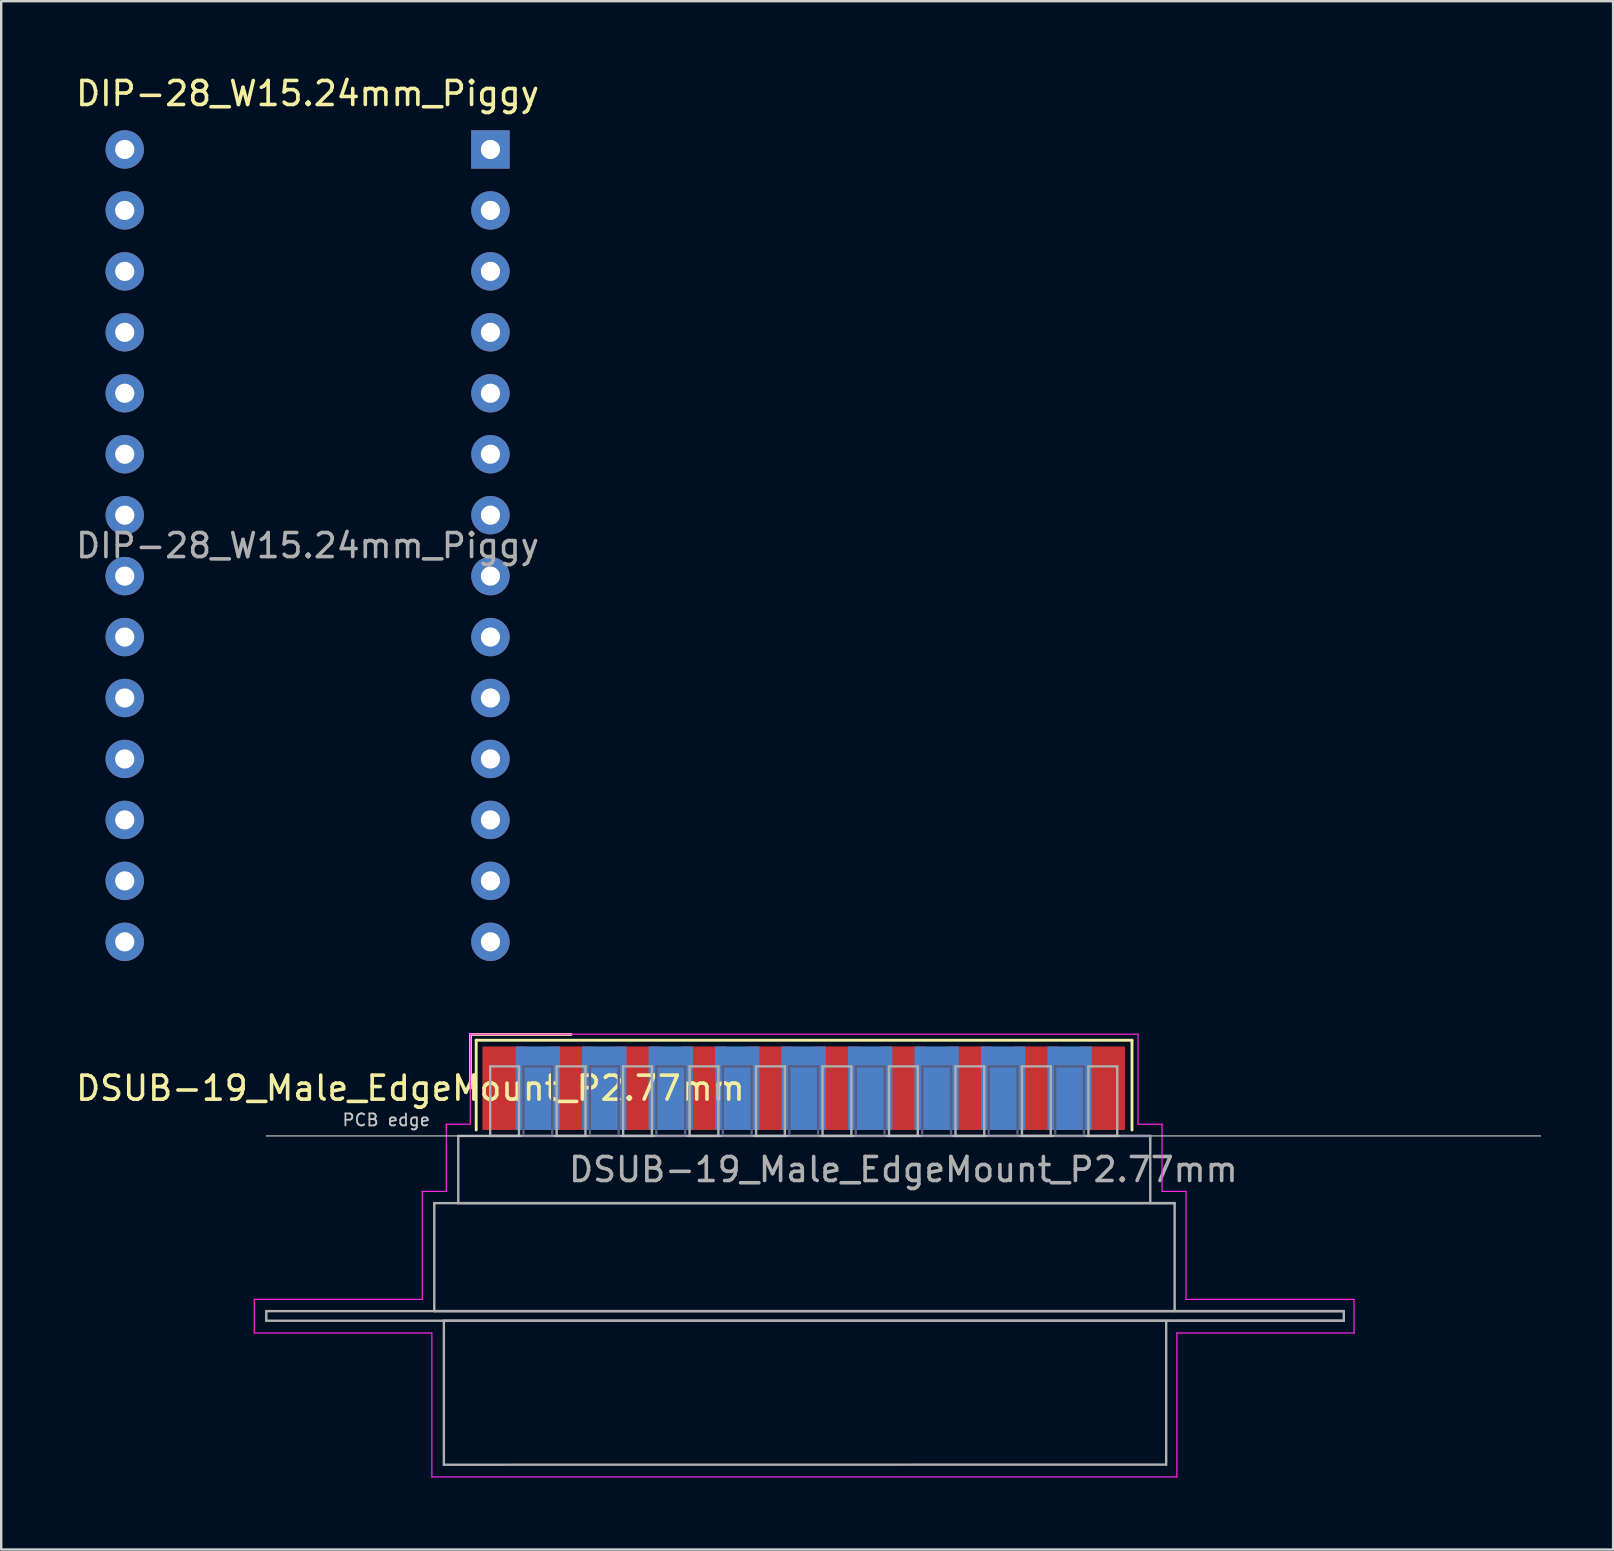
<source format=kicad_pcb>
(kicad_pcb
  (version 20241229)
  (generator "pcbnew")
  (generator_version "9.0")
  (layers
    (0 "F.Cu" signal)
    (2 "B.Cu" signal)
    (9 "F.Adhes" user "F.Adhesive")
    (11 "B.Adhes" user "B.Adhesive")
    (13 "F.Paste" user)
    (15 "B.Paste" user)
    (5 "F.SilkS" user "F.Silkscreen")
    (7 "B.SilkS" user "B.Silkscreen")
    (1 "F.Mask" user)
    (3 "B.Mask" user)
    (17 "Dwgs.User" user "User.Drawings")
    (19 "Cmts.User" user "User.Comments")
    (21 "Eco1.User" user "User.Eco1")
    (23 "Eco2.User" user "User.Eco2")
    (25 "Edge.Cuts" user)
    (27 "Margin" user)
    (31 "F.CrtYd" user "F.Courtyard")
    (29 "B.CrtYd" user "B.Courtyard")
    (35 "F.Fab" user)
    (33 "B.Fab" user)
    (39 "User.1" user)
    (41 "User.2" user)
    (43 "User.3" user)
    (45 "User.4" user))
  (footprint "DSUB-19_Male_EdgeMount_P2.77mm"
    (layer "F.Cu")
    (at 30.152 44.33)
    (property "Reference" "DSUB-19_Male_EdgeMount_P2.77mm" (at -16.098 -2.032 0) (layer "F.SilkS") (effects (font (size 1 1) (thickness 0.15))))
    (attr smd)
    (fp_line (start -13.598 -4.272) (end -9.405 -4.272) (stroke (width 0.12) (type solid)) (layer "F.SilkS"))
    (fp_line (start -13.598 -2.032) (end -13.598 -4.272) (stroke (width 0.12) (type solid)) (layer "F.SilkS"))
    (fp_line (start -13.358 -4.032) (end -13.358 -0.292) (stroke (width 0.12) (type solid)) (layer "F.SilkS"))
    (fp_line (start 13.97 -4.032) (end -13.358 -4.032) (stroke (width 0.12) (type solid)) (layer "F.SilkS"))
    (fp_line (start 13.97 -0.292) (end 13.97 -4.032) (stroke (width 0.12) (type solid)) (layer "F.SilkS"))
    (fp_line (start -22.105 -0.042) (end 30.995 -0.042) (stroke (width 0.05) (type solid)) (layer "Dwgs.User"))
    (fp_line (start -22.605 6.768) (end -15.605 6.768) (stroke (width 0.05) (type solid)) (layer "F.CrtYd"))
    (fp_line (start -22.605 8.168) (end -22.605 6.768) (stroke (width 0.05) (type solid)) (layer "F.CrtYd"))
    (fp_line (start -15.605 2.268) (end -14.605 2.268) (stroke (width 0.05) (type solid)) (layer "F.CrtYd"))
    (fp_line (start -15.605 6.768) (end -15.605 2.268) (stroke (width 0.05) (type solid)) (layer "F.CrtYd"))
    (fp_line (start -15.205 8.168) (end -22.605 8.168) (stroke (width 0.05) (type solid)) (layer "F.CrtYd"))
    (fp_line (start -15.205 14.168) (end -15.205 8.168) (stroke (width 0.05) (type solid)) (layer "F.CrtYd"))
    (fp_line (start -14.605 -0.532) (end -13.605 -0.532) (stroke (width 0.05) (type solid)) (layer "F.CrtYd"))
    (fp_line (start -14.605 2.268) (end -14.605 -0.532) (stroke (width 0.05) (type solid)) (layer "F.CrtYd"))
    (fp_line (start -13.605 -4.282) (end 14.224 -4.282) (stroke (width 0.05) (type solid)) (layer "F.CrtYd"))
    (fp_line (start -13.605 -0.532) (end -13.605 -4.282) (stroke (width 0.05) (type solid)) (layer "F.CrtYd"))
    (fp_line (start 14.224 -4.282) (end 14.224 -0.532) (stroke (width 0.05) (type solid)) (layer "F.CrtYd"))
    (fp_line (start 14.224 -0.532) (end 15.224 -0.532) (stroke (width 0.05) (type solid)) (layer "F.CrtYd"))
    (fp_line (start 15.224 -0.532) (end 15.224 2.268) (stroke (width 0.05) (type solid)) (layer "F.CrtYd"))
    (fp_line (start 15.224 2.268) (end 16.224 2.268) (stroke (width 0.05) (type solid)) (layer "F.CrtYd"))
    (fp_line (start 15.841 8.168) (end 15.841 14.168) (stroke (width 0.05) (type solid)) (layer "F.CrtYd"))
    (fp_line (start 15.841 14.168) (end -15.205 14.168) (stroke (width 0.05) (type solid)) (layer "F.CrtYd"))
    (fp_line (start 16.224 2.268) (end 16.224 6.768) (stroke (width 0.05) (type solid)) (layer "F.CrtYd"))
    (fp_line (start 16.224 6.768) (end 23.224 6.768) (stroke (width 0.05) (type solid)) (layer "F.CrtYd"))
    (fp_line (start 23.224 6.768) (end 23.224 8.168) (stroke (width 0.05) (type solid)) (layer "F.CrtYd"))
    (fp_line (start 23.241 8.168) (end 15.841 8.168) (stroke (width 0.05) (type solid)) (layer "F.CrtYd"))
    (fp_line (start -11.39 -2.942) (end -11.39 -0.042) (stroke (width 0.1) (type solid)) (layer "B.Fab"))
    (fp_line (start -11.39 -0.042) (end -10.19 -0.042) (stroke (width 0.1) (type solid)) (layer "B.Fab"))
    (fp_line (start -10.19 -2.942) (end -11.39 -2.942) (stroke (width 0.1) (type solid)) (layer "B.Fab"))
    (fp_line (start -10.19 -0.042) (end -10.19 -2.942) (stroke (width 0.1) (type solid)) (layer "B.Fab"))
    (fp_line (start -8.62 -2.942) (end -8.62 -0.042) (stroke (width 0.1) (type solid)) (layer "B.Fab"))
    (fp_line (start -8.62 -0.042) (end -7.42 -0.042) (stroke (width 0.1) (type solid)) (layer "B.Fab"))
    (fp_line (start -7.42 -2.942) (end -8.62 -2.942) (stroke (width 0.1) (type solid)) (layer "B.Fab"))
    (fp_line (start -7.42 -0.042) (end -7.42 -2.942) (stroke (width 0.1) (type solid)) (layer "B.Fab"))
    (fp_line (start -5.85 -2.942) (end -5.85 -0.042) (stroke (width 0.1) (type solid)) (layer "B.Fab"))
    (fp_line (start -5.85 -0.042) (end -4.65 -0.042) (stroke (width 0.1) (type solid)) (layer "B.Fab"))
    (fp_line (start -4.65 -2.942) (end -5.85 -2.942) (stroke (width 0.1) (type solid)) (layer "B.Fab"))
    (fp_line (start -4.65 -0.042) (end -4.65 -2.942) (stroke (width 0.1) (type solid)) (layer "B.Fab"))
    (fp_line (start -3.08 -2.942) (end -3.08 -0.042) (stroke (width 0.1) (type solid)) (layer "B.Fab"))
    (fp_line (start -3.08 -0.042) (end -1.88 -0.042) (stroke (width 0.1) (type solid)) (layer "B.Fab"))
    (fp_line (start -1.88 -2.942) (end -3.08 -2.942) (stroke (width 0.1) (type solid)) (layer "B.Fab"))
    (fp_line (start -1.88 -0.042) (end -1.88 -2.942) (stroke (width 0.1) (type solid)) (layer "B.Fab"))
    (fp_line (start -0.31 -2.942) (end -0.31 -0.042) (stroke (width 0.1) (type solid)) (layer "B.Fab"))
    (fp_line (start -0.31 -0.042) (end 0.89 -0.042) (stroke (width 0.1) (type solid)) (layer "B.Fab"))
    (fp_line (start 0.89 -2.942) (end -0.31 -2.942) (stroke (width 0.1) (type solid)) (layer "B.Fab"))
    (fp_line (start 0.89 -0.042) (end 0.89 -2.942) (stroke (width 0.1) (type solid)) (layer "B.Fab"))
    (fp_line (start 2.46 -2.942) (end 2.46 -0.042) (stroke (width 0.1) (type solid)) (layer "B.Fab"))
    (fp_line (start 2.46 -0.042) (end 3.66 -0.042) (stroke (width 0.1) (type solid)) (layer "B.Fab"))
    (fp_line (start 3.66 -2.942) (end 2.46 -2.942) (stroke (width 0.1) (type solid)) (layer "B.Fab"))
    (fp_line (start 3.66 -0.042) (end 3.66 -2.942) (stroke (width 0.1) (type solid)) (layer "B.Fab"))
    (fp_line (start 5.23 -2.942) (end 5.23 -0.042) (stroke (width 0.1) (type solid)) (layer "B.Fab"))
    (fp_line (start 5.23 -0.042) (end 6.43 -0.042) (stroke (width 0.1) (type solid)) (layer "B.Fab"))
    (fp_line (start 6.43 -2.942) (end 5.23 -2.942) (stroke (width 0.1) (type solid)) (layer "B.Fab"))
    (fp_line (start 6.43 -0.042) (end 6.43 -2.942) (stroke (width 0.1) (type solid)) (layer "B.Fab"))
    (fp_line (start 8 -2.942) (end 8 -0.042) (stroke (width 0.1) (type solid)) (layer "B.Fab"))
    (fp_line (start 8 -0.042) (end 9.2 -0.042) (stroke (width 0.1) (type solid)) (layer "B.Fab"))
    (fp_line (start 9.2 -2.942) (end 8 -2.942) (stroke (width 0.1) (type solid)) (layer "B.Fab"))
    (fp_line (start 9.2 -0.042) (end 9.2 -2.942) (stroke (width 0.1) (type solid)) (layer "B.Fab"))
    (fp_line (start 10.77 -2.942) (end 10.77 -0.042) (stroke (width 0.1) (type solid)) (layer "B.Fab"))
    (fp_line (start 10.77 -0.042) (end 11.97 -0.042) (stroke (width 0.1) (type solid)) (layer "B.Fab"))
    (fp_line (start 11.97 -2.942) (end 10.77 -2.942) (stroke (width 0.1) (type solid)) (layer "B.Fab"))
    (fp_line (start 11.97 -0.042) (end 11.97 -2.942) (stroke (width 0.1) (type solid)) (layer "B.Fab"))
    (fp_line (start 13.54 -0.042) (end 14.74 -0.042) (stroke (width 0.1) (type solid)) (layer "B.Fab"))
    (fp_line (start -22.105 7.258) (end -22.105 7.658) (stroke (width 0.1) (type solid)) (layer "F.Fab"))
    (fp_line (start -22.105 7.658) (end 22.797 7.658) (stroke (width 0.1) (type solid)) (layer "F.Fab"))
    (fp_line (start -15.105 2.758) (end -15.105 7.258) (stroke (width 0.1) (type solid)) (layer "F.Fab"))
    (fp_line (start -15.105 7.258) (end 22.797 7.258) (stroke (width 0.1) (type solid)) (layer "F.Fab"))
    (fp_line (start -14.705 7.658) (end -14.705 13.658) (stroke (width 0.1) (type solid)) (layer "F.Fab"))
    (fp_line (start -14.705 13.658) (end 15.368 13.653) (stroke (width 0.1) (type solid)) (layer "F.Fab"))
    (fp_line (start -14.105 -0.042) (end -14.105 2.758) (stroke (width 0.1) (type solid)) (layer "F.Fab"))
    (fp_line (start -14.105 2.758) (end 15.748 2.758) (stroke (width 0.1) (type solid)) (layer "F.Fab"))
    (fp_line (start -12.775 -2.942) (end -12.775 -0.042) (stroke (width 0.1) (type solid)) (layer "F.Fab"))
    (fp_line (start -12.775 -0.042) (end -11.575 -0.042) (stroke (width 0.1) (type solid)) (layer "F.Fab"))
    (fp_line (start -11.575 -2.942) (end -12.775 -2.942) (stroke (width 0.1) (type solid)) (layer "F.Fab"))
    (fp_line (start -11.575 -0.042) (end -11.575 -2.942) (stroke (width 0.1) (type solid)) (layer "F.Fab"))
    (fp_line (start -10.005 -2.942) (end -10.005 -0.042) (stroke (width 0.1) (type solid)) (layer "F.Fab"))
    (fp_line (start -10.005 -0.042) (end -8.805 -0.042) (stroke (width 0.1) (type solid)) (layer "F.Fab"))
    (fp_line (start -8.805 -2.942) (end -10.005 -2.942) (stroke (width 0.1) (type solid)) (layer "F.Fab"))
    (fp_line (start -8.805 -0.042) (end -8.805 -2.942) (stroke (width 0.1) (type solid)) (layer "F.Fab"))
    (fp_line (start -7.235 -2.942) (end -7.235 -0.042) (stroke (width 0.1) (type solid)) (layer "F.Fab"))
    (fp_line (start -7.235 -0.042) (end -6.035 -0.042) (stroke (width 0.1) (type solid)) (layer "F.Fab"))
    (fp_line (start -6.035 -2.942) (end -7.235 -2.942) (stroke (width 0.1) (type solid)) (layer "F.Fab"))
    (fp_line (start -6.035 -0.042) (end -6.035 -2.942) (stroke (width 0.1) (type solid)) (layer "F.Fab"))
    (fp_line (start -4.465 -2.942) (end -4.465 -0.042) (stroke (width 0.1) (type solid)) (layer "F.Fab"))
    (fp_line (start -4.465 -0.042) (end -3.265 -0.042) (stroke (width 0.1) (type solid)) (layer "F.Fab"))
    (fp_line (start -3.265 -2.942) (end -4.465 -2.942) (stroke (width 0.1) (type solid)) (layer "F.Fab"))
    (fp_line (start -3.265 -0.042) (end -3.265 -2.942) (stroke (width 0.1) (type solid)) (layer "F.Fab"))
    (fp_line (start -1.695 -2.942) (end -1.695 -0.042) (stroke (width 0.1) (type solid)) (layer "F.Fab"))
    (fp_line (start -1.695 -0.042) (end -0.495 -0.042) (stroke (width 0.1) (type solid)) (layer "F.Fab"))
    (fp_line (start -0.495 -2.942) (end -1.695 -2.942) (stroke (width 0.1) (type solid)) (layer "F.Fab"))
    (fp_line (start -0.495 -0.042) (end -0.495 -2.942) (stroke (width 0.1) (type solid)) (layer "F.Fab"))
    (fp_line (start 1.075 -2.942) (end 1.075 -0.042) (stroke (width 0.1) (type solid)) (layer "F.Fab"))
    (fp_line (start 1.075 -0.042) (end 2.275 -0.042) (stroke (width 0.1) (type solid)) (layer "F.Fab"))
    (fp_line (start 2.275 -2.942) (end 1.075 -2.942) (stroke (width 0.1) (type solid)) (layer "F.Fab"))
    (fp_line (start 2.275 -0.042) (end 2.275 -2.942) (stroke (width 0.1) (type solid)) (layer "F.Fab"))
    (fp_line (start 3.845 -2.942) (end 3.845 -0.042) (stroke (width 0.1) (type solid)) (layer "F.Fab"))
    (fp_line (start 3.845 -0.042) (end 5.045 -0.042) (stroke (width 0.1) (type solid)) (layer "F.Fab"))
    (fp_line (start 5.045 -2.942) (end 3.845 -2.942) (stroke (width 0.1) (type solid)) (layer "F.Fab"))
    (fp_line (start 5.045 -0.042) (end 5.045 -2.942) (stroke (width 0.1) (type solid)) (layer "F.Fab"))
    (fp_line (start 6.615 -2.942) (end 6.615 -0.042) (stroke (width 0.1) (type solid)) (layer "F.Fab"))
    (fp_line (start 6.615 -0.042) (end 7.815 -0.042) (stroke (width 0.1) (type solid)) (layer "F.Fab"))
    (fp_line (start 7.815 -2.942) (end 6.615 -2.942) (stroke (width 0.1) (type solid)) (layer "F.Fab"))
    (fp_line (start 7.815 -0.042) (end 7.815 -2.942) (stroke (width 0.1) (type solid)) (layer "F.Fab"))
    (fp_line (start 9.385 -2.942) (end 9.385 -0.042) (stroke (width 0.1) (type solid)) (layer "F.Fab"))
    (fp_line (start 9.385 -0.042) (end 10.585 -0.042) (stroke (width 0.1) (type solid)) (layer "F.Fab"))
    (fp_line (start 10.585 -2.942) (end 9.385 -2.942) (stroke (width 0.1) (type solid)) (layer "F.Fab"))
    (fp_line (start 10.585 -0.042) (end 10.585 -2.942) (stroke (width 0.1) (type solid)) (layer "F.Fab"))
    (fp_line (start 12.155 -2.942) (end 12.155 -0.042) (stroke (width 0.1) (type solid)) (layer "F.Fab"))
    (fp_line (start 12.155 -0.042) (end 13.355 -0.042) (stroke (width 0.1) (type solid)) (layer "F.Fab"))
    (fp_line (start 13.355 -2.942) (end 12.155 -2.942) (stroke (width 0.1) (type solid)) (layer "F.Fab"))
    (fp_line (start 13.355 -0.042) (end 13.355 -2.942) (stroke (width 0.1) (type solid)) (layer "F.Fab"))
    (fp_line (start 14.732 -0.042) (end -14.105 -0.042) (stroke (width 0.1) (type solid)) (layer "F.Fab"))
    (fp_line (start 14.732 2.758) (end 14.732 -0.042) (stroke (width 0.1) (type solid)) (layer "F.Fab"))
    (fp_line (start 15.396 13.66) (end 15.396 7.66) (stroke (width 0.1) (type solid)) (layer "F.Fab"))
    (fp_line (start 15.748 2.758) (end -15.105 2.758) (stroke (width 0.1) (type solid)) (layer "F.Fab"))
    (fp_line (start 15.748 7.258) (end 15.748 2.758) (stroke (width 0.1) (type solid)) (layer "F.Fab"))
    (fp_line (start 22.797 7.258) (end -22.105 7.258) (stroke (width 0.1) (type solid)) (layer "F.Fab"))
    (fp_line (start 22.797 7.658) (end -14.705 7.658) (stroke (width 0.1) (type solid)) (layer "F.Fab"))
    (fp_line (start 22.797 7.658) (end 22.797 7.258) (stroke (width 0.1) (type solid)) (layer "F.Fab"))
    (fp_text user "PCB edge" (at -17.105 -0.709 0) (layer "Dwgs.User") (effects (font (size 0.5 0.5) (thickness 0.075))))
    (fp_text user "${REFERENCE}" (at 4.445 1.358 0) (layer "F.Fab") (effects (font (size 1 1) (thickness 0.15))))
    (pad "1" smd rect (at -12.175 -2.032) (size 1.847 3.48) (layers "F.Cu" "F.Mask" "F.Paste"))
    (pad "2" smd rect (at -9.405 -2.032) (size 1.847 3.48) (layers "F.Cu" "F.Mask" "F.Paste"))
    (pad "3" smd rect (at -6.635 -2.032) (size 1.847 3.48) (layers "F.Cu" "F.Mask" "F.Paste"))
    (pad "4" smd rect (at -3.865 -2.032) (size 1.847 3.48) (layers "F.Cu" "F.Mask" "F.Paste"))
    (pad "5" smd rect (at -1.095 -2.032) (size 1.847 3.48) (layers "F.Cu" "F.Mask" "F.Paste"))
    (pad "6" smd rect (at 1.675 -2.032) (size 1.847 3.48) (layers "F.Cu" "F.Mask" "F.Paste"))
    (pad "7" smd rect (at 4.445 -2.032) (size 1.847 3.48) (layers "F.Cu" "F.Mask" "F.Paste"))
    (pad "8" smd rect (at 7.215 -2.032) (size 1.847 3.48) (layers "F.Cu" "F.Mask" "F.Paste"))
    (pad "9" smd rect (at 9.985 -2.032) (size 1.847 3.48) (layers "F.Cu" "F.Mask" "F.Paste"))
    (pad "10" smd rect (at 12.755 -2.032) (size 1.847 3.48) (layers "F.Cu" "F.Mask" "F.Paste"))
    (pad "11" smd rect (at -10.79 -2.032) (size 1.847 3.48) (layers "B.Cu" "B.Mask" "B.Paste"))
    (pad "12" smd rect (at -8.02 -2.032) (size 1.847 3.48) (layers "B.Cu" "B.Mask" "B.Paste"))
    (pad "13" smd rect (at -5.25 -2.032) (size 1.847 3.48) (layers "B.Cu" "B.Mask" "B.Paste"))
    (pad "14" smd rect (at -2.48 -2.032) (size 1.847 3.48) (layers "B.Cu" "B.Mask" "B.Paste"))
    (pad "15" smd rect (at 0.29 -2.032) (size 1.847 3.48) (layers "B.Cu" "B.Mask" "B.Paste"))
    (pad "16" smd rect (at 3.06 -2.032) (size 1.847 3.48) (layers "B.Cu" "B.Mask" "B.Paste"))
    (pad "17" smd rect (at 5.83 -2.032) (size 1.847 3.48) (layers "B.Cu" "B.Mask" "B.Paste"))
    (pad "18" smd rect (at 8.6 -2.032) (size 1.847 3.48) (layers "B.Cu" "B.Mask" "B.Paste"))
    (pad "19" smd rect (at 11.37 -2.032) (size 1.847 3.48) (layers "B.Cu" "B.Mask" "B.Paste")))
  (footprint "DIP-28_W15.24mm_Piggy"
    (layer "F.Cu")
    (at 2.148 3.178)
    (property "Reference" "DIP-28_W15.24mm_Piggy" (at 7.62 -2.33 0) (layer "F.SilkS") (effects (font (size 1 1) (thickness 0.15))))
    (attr through_hole)
    (fp_text user "${REFERENCE}" (at 7.62 16.51 0) (layer "F.Fab") (effects (font (size 1 1) (thickness 0.15))))
    (pad "1" thru_hole rect (at 15.24 0) (size 1.6 1.6) (drill 0.8) (layers "*.Cu" "*.Mask"))
    (pad "2" thru_hole oval (at 15.24 2.54) (size 1.6 1.6) (drill 0.8) (layers "*.Cu" "*.Mask"))
    (pad "3" thru_hole oval (at 15.24 5.08) (size 1.6 1.6) (drill 0.8) (layers "*.Cu" "*.Mask"))
    (pad "4" thru_hole oval (at 15.24 7.62) (size 1.6 1.6) (drill 0.8) (layers "*.Cu" "*.Mask"))
    (pad "5" thru_hole oval (at 15.24 10.16) (size 1.6 1.6) (drill 0.8) (layers "*.Cu" "*.Mask"))
    (pad "6" thru_hole oval (at 15.24 12.7) (size 1.6 1.6) (drill 0.8) (layers "*.Cu" "*.Mask"))
    (pad "7" thru_hole oval (at 15.24 15.24) (size 1.6 1.6) (drill 0.8) (layers "*.Cu" "*.Mask"))
    (pad "8" thru_hole oval (at 15.24 17.78) (size 1.6 1.6) (drill 0.8) (layers "*.Cu" "*.Mask"))
    (pad "9" thru_hole oval (at 15.24 20.32) (size 1.6 1.6) (drill 0.8) (layers "*.Cu" "*.Mask"))
    (pad "10" thru_hole oval (at 15.24 22.86) (size 1.6 1.6) (drill 0.8) (layers "*.Cu" "*.Mask"))
    (pad "11" thru_hole oval (at 15.24 25.4) (size 1.6 1.6) (drill 0.8) (layers "*.Cu" "*.Mask"))
    (pad "12" thru_hole oval (at 15.24 27.94) (size 1.6 1.6) (drill 0.8) (layers "*.Cu" "*.Mask"))
    (pad "13" thru_hole oval (at 15.24 30.48) (size 1.6 1.6) (drill 0.8) (layers "*.Cu" "*.Mask"))
    (pad "14" thru_hole oval (at 15.24 33.02) (size 1.6 1.6) (drill 0.8) (layers "*.Cu" "*.Mask"))
    (pad "15" thru_hole oval (at 0 33.02) (size 1.6 1.6) (drill 0.8) (layers "*.Cu" "*.Mask"))
    (pad "16" thru_hole oval (at 0 30.48) (size 1.6 1.6) (drill 0.8) (layers "*.Cu" "*.Mask"))
    (pad "17" thru_hole oval (at 0 27.94) (size 1.6 1.6) (drill 0.8) (layers "*.Cu" "*.Mask"))
    (pad "18" thru_hole oval (at 0 25.4) (size 1.6 1.6) (drill 0.8) (layers "*.Cu" "*.Mask"))
    (pad "19" thru_hole oval (at 0 22.86) (size 1.6 1.6) (drill 0.8) (layers "*.Cu" "*.Mask"))
    (pad "20" thru_hole oval (at 0 20.32) (size 1.6 1.6) (drill 0.8) (layers "*.Cu" "*.Mask"))
    (pad "21" thru_hole oval (at 0 17.78) (size 1.6 1.6) (drill 0.8) (layers "*.Cu" "*.Mask"))
    (pad "22" thru_hole oval (at 0 15.24) (size 1.6 1.6) (drill 0.8) (layers "*.Cu" "*.Mask"))
    (pad "23" thru_hole oval (at 0 12.7) (size 1.6 1.6) (drill 0.8) (layers "*.Cu" "*.Mask"))
    (pad "24" thru_hole oval (at 0 10.16) (size 1.6 1.6) (drill 0.8) (layers "*.Cu" "*.Mask"))
    (pad "25" thru_hole oval (at 0 7.62) (size 1.6 1.6) (drill 0.8) (layers "*.Cu" "*.Mask"))
    (pad "26" thru_hole oval (at 0 5.08) (size 1.6 1.6) (drill 0.8) (layers "*.Cu" "*.Mask"))
    (pad "27" thru_hole oval (at 0 2.54) (size 1.6 1.6) (drill 0.8) (layers "*.Cu" "*.Mask"))
    (pad "28" thru_hole oval (at 0 0) (size 1.6 1.6) (drill 0.8) (layers "*.Cu" "*.Mask")))
  (gr_rect
    (start -3 -3)
    (end 64.172 61.523)
    (stroke (width 0.1) (type default))
    (fill no)
    (layer "Edge.Cuts")))
</source>
